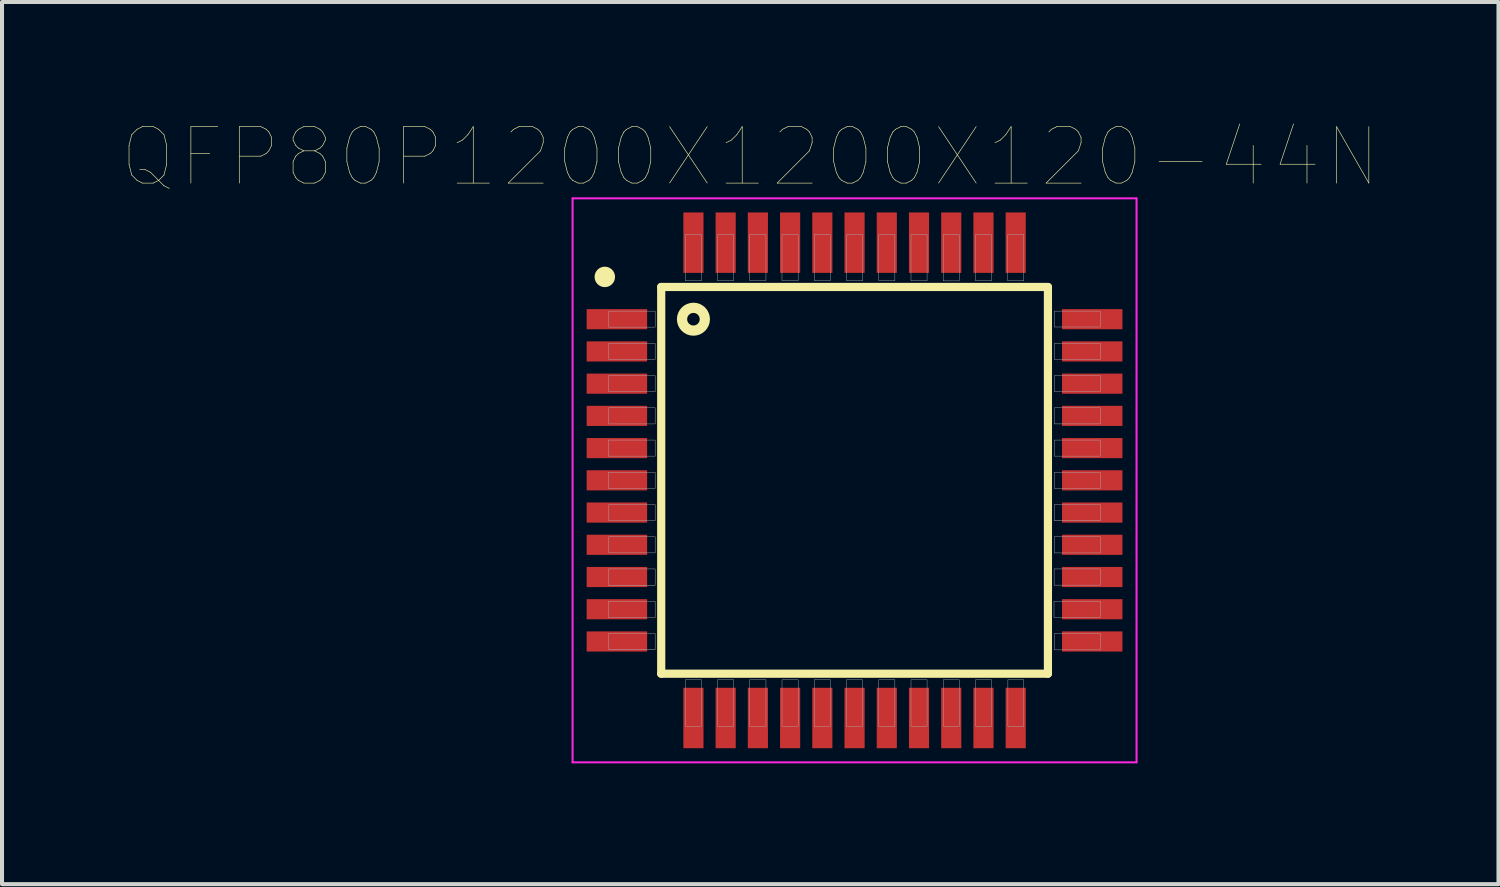
<source format=kicad_pcb>
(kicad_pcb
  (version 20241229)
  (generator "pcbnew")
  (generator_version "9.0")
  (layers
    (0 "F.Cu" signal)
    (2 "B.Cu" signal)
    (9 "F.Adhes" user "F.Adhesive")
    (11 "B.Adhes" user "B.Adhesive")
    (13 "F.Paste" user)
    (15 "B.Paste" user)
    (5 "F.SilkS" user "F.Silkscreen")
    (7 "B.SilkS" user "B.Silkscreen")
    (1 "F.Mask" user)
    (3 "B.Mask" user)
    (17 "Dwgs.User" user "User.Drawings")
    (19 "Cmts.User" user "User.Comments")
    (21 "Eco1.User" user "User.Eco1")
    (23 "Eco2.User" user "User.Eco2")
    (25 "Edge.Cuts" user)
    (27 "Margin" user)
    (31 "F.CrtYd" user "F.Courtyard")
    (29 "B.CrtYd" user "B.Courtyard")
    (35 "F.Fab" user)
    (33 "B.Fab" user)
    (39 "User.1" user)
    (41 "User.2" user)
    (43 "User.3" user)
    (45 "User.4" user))
  (footprint "QFP80P1200X1200X120-44N"
    (layer "F.Cu")
    (at 18.164 8.874)
    (property "Reference" "QFP80P1200X1200X120-44N" (at -2.589 -8.027 0) (layer "F.SilkS") (effects (font (size 1.402 1.402) (thickness 0.015))))
    (attr through_hole)
    (fp_line (start -4.8 -4.8) (end 4.8 -4.8) (stroke (width 0.203) (type solid)) (layer "F.SilkS"))
    (fp_line (start -4.8 4.8) (end -4.8 -4.8) (stroke (width 0.203) (type solid)) (layer "F.SilkS"))
    (fp_line (start 4.8 -4.8) (end 4.8 4.8) (stroke (width 0.203) (type solid)) (layer "F.SilkS"))
    (fp_line (start 4.8 4.8) (end -4.8 4.8) (stroke (width 0.203) (type solid)) (layer "F.SilkS"))
    (fp_circle (center -6.2 -5.05) (end -5.946 -5.05) (stroke (width 0) (type solid)) (fill yes) (layer "F.SilkS"))
    (fp_circle (center -4 -4) (end -3.717 -4) (stroke (width 0.254) (type solid)) (fill no) (layer "F.SilkS"))
    (fp_line (start -7 -7) (end 7 -7) (stroke (width 0.05) (type solid)) (layer "F.CrtYd"))
    (fp_line (start -7 7) (end -7 -7) (stroke (width 0.05) (type solid)) (layer "F.CrtYd"))
    (fp_line (start 7 -7) (end 7 7) (stroke (width 0.05) (type solid)) (layer "F.CrtYd"))
    (fp_line (start 7 7) (end -7 7) (stroke (width 0.05) (type solid)) (layer "F.CrtYd"))
    (fp_poly (pts (xy -6.112 3) (xy -4.95 3) (xy -4.95 3.407) (xy -6.112 3.407)) (stroke (width 0.01) (type solid)) (fill no) (layer "F.Fab"))
    (fp_poly (pts (xy -6.11 2.2) (xy -4.95 2.2) (xy -4.95 2.604) (xy -6.11 2.604)) (stroke (width 0.01) (type solid)) (fill no) (layer "F.Fab"))
    (fp_poly (pts (xy -6.109 -1) (xy -4.95 -1) (xy -4.95 -0.601) (xy -6.109 -0.601)) (stroke (width 0.01) (type solid)) (fill no) (layer "F.Fab"))
    (fp_poly (pts (xy -6.109 -0.2) (xy -4.95 -0.2) (xy -4.95 0.2) (xy -6.109 0.2)) (stroke (width 0.01) (type solid)) (fill no) (layer "F.Fab"))
    (fp_poly (pts (xy -6.105 -4.2) (xy -4.95 -4.2) (xy -4.95 -3.803) (xy -6.105 -3.803)) (stroke (width 0.01) (type solid)) (fill no) (layer "F.Fab"))
    (fp_poly (pts (xy -6.104 -2.6) (xy -4.95 -2.6) (xy -4.95 -2.201) (xy -6.104 -2.201)) (stroke (width 0.01) (type solid)) (fill no) (layer "F.Fab"))
    (fp_poly (pts (xy -6.102 1.4) (xy -4.95 1.4) (xy -4.95 1.801) (xy -6.102 1.801)) (stroke (width 0.01) (type solid)) (fill no) (layer "F.Fab"))
    (fp_poly (pts (xy -6.102 -1.8) (xy -4.95 -1.8) (xy -4.95 -1.4) (xy -6.102 -1.4)) (stroke (width 0.01) (type solid)) (fill no) (layer "F.Fab"))
    (fp_poly (pts (xy -6.102 3.8) (xy -4.95 3.8) (xy -4.95 4.201) (xy -6.102 4.201)) (stroke (width 0.01) (type solid)) (fill no) (layer "F.Fab"))
    (fp_poly (pts (xy -6.102 -3.4) (xy -4.95 -3.4) (xy -4.95 -3.001) (xy -6.102 -3.001)) (stroke (width 0.01) (type solid)) (fill no) (layer "F.Fab"))
    (fp_poly (pts (xy -6.1 0.6) (xy -4.95 0.6) (xy -4.95 1) (xy -6.1 1)) (stroke (width 0.01) (type solid)) (fill no) (layer "F.Fab"))
    (fp_poly (pts (xy -4.204 -6.1) (xy -3.8 -6.1) (xy -3.8 -4.955) (xy -4.204 -4.955)) (stroke (width 0.01) (type solid)) (fill no) (layer "F.Fab"))
    (fp_poly (pts (xy -4.202 4.95) (xy -3.8 4.95) (xy -3.8 6.103) (xy -4.202 6.103)) (stroke (width 0.01) (type solid)) (fill no) (layer "F.Fab"))
    (fp_poly (pts (xy -3.404 -6.1) (xy -3 -6.1) (xy -3 -4.956) (xy -3.404 -4.956)) (stroke (width 0.01) (type solid)) (fill no) (layer "F.Fab"))
    (fp_poly (pts (xy -3.404 4.95) (xy -3 4.95) (xy -3 6.107) (xy -3.404 6.107)) (stroke (width 0.01) (type solid)) (fill no) (layer "F.Fab"))
    (fp_poly (pts (xy -2.605 4.95) (xy -2.2 4.95) (xy -2.2 6.112) (xy -2.605 6.112)) (stroke (width 0.01) (type solid)) (fill no) (layer "F.Fab"))
    (fp_poly (pts (xy -2.604 -6.1) (xy -2.2 -6.1) (xy -2.2 -4.958) (xy -2.604 -4.958)) (stroke (width 0.01) (type solid)) (fill no) (layer "F.Fab"))
    (fp_poly (pts (xy -1.802 -6.1) (xy -1.4 -6.1) (xy -1.4 -4.956) (xy -1.802 -4.956)) (stroke (width 0.01) (type solid)) (fill no) (layer "F.Fab"))
    (fp_poly (pts (xy -1.801 4.95) (xy -1.4 4.95) (xy -1.4 6.103) (xy -1.801 6.103)) (stroke (width 0.01) (type solid)) (fill no) (layer "F.Fab"))
    (fp_poly (pts (xy -1.002 -6.1) (xy -0.6 -6.1) (xy -0.6 -4.959) (xy -1.002 -4.959)) (stroke (width 0.01) (type solid)) (fill no) (layer "F.Fab"))
    (fp_poly (pts (xy -1.002 4.95) (xy -0.6 4.95) (xy -0.6 6.11) (xy -1.002 6.11)) (stroke (width 0.01) (type solid)) (fill no) (layer "F.Fab"))
    (fp_poly (pts (xy -0.2 4.95) (xy 0.2 4.95) (xy 0.2 6.106) (xy -0.2 6.106)) (stroke (width 0.01) (type solid)) (fill no) (layer "F.Fab"))
    (fp_poly (pts (xy -0.2 -6.1) (xy 0.2 -6.1) (xy 0.2 -4.954) (xy -0.2 -4.954)) (stroke (width 0.01) (type solid)) (fill no) (layer "F.Fab"))
    (fp_poly (pts (xy 0.601 4.95) (xy 1 4.95) (xy 1 6.109) (xy 0.601 6.109)) (stroke (width 0.01) (type solid)) (fill no) (layer "F.Fab"))
    (fp_poly (pts (xy 0.601 -6.1) (xy 1 -6.1) (xy 1 -4.957) (xy 0.601 -4.957)) (stroke (width 0.01) (type solid)) (fill no) (layer "F.Fab"))
    (fp_poly (pts (xy 1.401 4.95) (xy 1.8 4.95) (xy 1.8 6.104) (xy 1.401 6.104)) (stroke (width 0.01) (type solid)) (fill no) (layer "F.Fab"))
    (fp_poly (pts (xy 1.401 -6.1) (xy 1.8 -6.1) (xy 1.8 -4.954) (xy 1.401 -4.954)) (stroke (width 0.01) (type solid)) (fill no) (layer "F.Fab"))
    (fp_poly (pts (xy 2.2 -6.1) (xy 2.6 -6.1) (xy 2.6 -4.951) (xy 2.2 -4.951)) (stroke (width 0.01) (type solid)) (fill no) (layer "F.Fab"))
    (fp_poly (pts (xy 2.201 4.95) (xy 2.6 4.95) (xy 2.6 6.104) (xy 2.201 6.104)) (stroke (width 0.01) (type solid)) (fill no) (layer "F.Fab"))
    (fp_poly (pts (xy 3.002 -6.1) (xy 3.4 -6.1) (xy 3.4 -4.953) (xy 3.002 -4.953)) (stroke (width 0.01) (type solid)) (fill no) (layer "F.Fab"))
    (fp_poly (pts (xy 3.003 4.95) (xy 3.4 4.95) (xy 3.4 6.106) (xy 3.003 6.106)) (stroke (width 0.01) (type solid)) (fill no) (layer "F.Fab"))
    (fp_poly (pts (xy 3.802 -6.1) (xy 4.2 -6.1) (xy 4.2 -4.953) (xy 3.802 -4.953)) (stroke (width 0.01) (type solid)) (fill no) (layer "F.Fab"))
    (fp_poly (pts (xy 3.806 4.95) (xy 4.2 4.95) (xy 4.2 6.109) (xy 3.806 6.109)) (stroke (width 0.01) (type solid)) (fill no) (layer "F.Fab"))
    (fp_poly (pts (xy 4.951 3) (xy 6.1 3) (xy 6.1 3.401) (xy 4.951 3.401)) (stroke (width 0.01) (type solid)) (fill no) (layer "F.Fab"))
    (fp_poly (pts (xy 4.954 2.2) (xy 6.1 2.2) (xy 6.1 2.602) (xy 4.954 2.602)) (stroke (width 0.01) (type solid)) (fill no) (layer "F.Fab"))
    (fp_poly (pts (xy 4.955 -1.8) (xy 6.1 -1.8) (xy 6.1 -1.401) (xy 4.955 -1.401)) (stroke (width 0.01) (type solid)) (fill no) (layer "F.Fab"))
    (fp_poly (pts (xy 4.956 1.4) (xy 6.1 1.4) (xy 6.1 1.802) (xy 4.956 1.802)) (stroke (width 0.01) (type solid)) (fill no) (layer "F.Fab"))
    (fp_poly (pts (xy 4.956 -3.4) (xy 6.1 -3.4) (xy 6.1 -3.004) (xy 4.956 -3.004)) (stroke (width 0.01) (type solid)) (fill no) (layer "F.Fab"))
    (fp_poly (pts (xy 4.957 -0.2) (xy 6.1 -0.2) (xy 6.1 0.2) (xy 4.957 0.2)) (stroke (width 0.01) (type solid)) (fill no) (layer "F.Fab"))
    (fp_poly (pts (xy 4.958 -2.6) (xy 6.1 -2.6) (xy 6.1 -2.203) (xy 4.958 -2.203)) (stroke (width 0.01) (type solid)) (fill no) (layer "F.Fab"))
    (fp_poly (pts (xy 4.958 0.6) (xy 6.1 0.6) (xy 6.1 1.002) (xy 4.958 1.002)) (stroke (width 0.01) (type solid)) (fill no) (layer "F.Fab"))
    (fp_poly (pts (xy 4.959 -4.2) (xy 6.1 -4.2) (xy 6.1 -3.807) (xy 4.959 -3.807)) (stroke (width 0.01) (type solid)) (fill no) (layer "F.Fab"))
    (fp_poly (pts (xy 4.959 3.8) (xy 6.1 3.8) (xy 6.1 4.208) (xy 4.959 4.208)) (stroke (width 0.01) (type solid)) (fill no) (layer "F.Fab"))
    (fp_poly (pts (xy 4.96 -1) (xy 6.1 -1) (xy 6.1 -0.601) (xy 4.96 -0.601)) (stroke (width 0.01) (type solid)) (fill no) (layer "F.Fab"))
    (pad "1" smd rect (at -5.9 -4) (size 1.5 0.5) (layers "F.Cu" "F.Mask" "F.Paste"))
    (pad "2" smd rect (at -5.9 -3.2) (size 1.5 0.5) (layers "F.Cu" "F.Mask" "F.Paste"))
    (pad "3" smd rect (at -5.9 -2.4) (size 1.5 0.5) (layers "F.Cu" "F.Mask" "F.Paste"))
    (pad "4" smd rect (at -5.9 -1.6) (size 1.5 0.5) (layers "F.Cu" "F.Mask" "F.Paste"))
    (pad "5" smd rect (at -5.9 -0.8) (size 1.5 0.5) (layers "F.Cu" "F.Mask" "F.Paste"))
    (pad "6" smd rect (at -5.9 0) (size 1.5 0.5) (layers "F.Cu" "F.Mask" "F.Paste"))
    (pad "7" smd rect (at -5.9 0.8) (size 1.5 0.5) (layers "F.Cu" "F.Mask" "F.Paste"))
    (pad "8" smd rect (at -5.9 1.6) (size 1.5 0.5) (layers "F.Cu" "F.Mask" "F.Paste"))
    (pad "9" smd rect (at -5.9 2.4) (size 1.5 0.5) (layers "F.Cu" "F.Mask" "F.Paste"))
    (pad "10" smd rect (at -5.9 3.2) (size 1.5 0.5) (layers "F.Cu" "F.Mask" "F.Paste"))
    (pad "11" smd rect (at -5.9 4) (size 1.5 0.5) (layers "F.Cu" "F.Mask" "F.Paste"))
    (pad "12" smd rect (at -4 5.9) (size 0.5 1.5) (layers "F.Cu" "F.Mask" "F.Paste"))
    (pad "13" smd rect (at -3.2 5.9) (size 0.5 1.5) (layers "F.Cu" "F.Mask" "F.Paste"))
    (pad "14" smd rect (at -2.4 5.9) (size 0.5 1.5) (layers "F.Cu" "F.Mask" "F.Paste"))
    (pad "15" smd rect (at -1.6 5.9) (size 0.5 1.5) (layers "F.Cu" "F.Mask" "F.Paste"))
    (pad "16" smd rect (at -0.8 5.9) (size 0.5 1.5) (layers "F.Cu" "F.Mask" "F.Paste"))
    (pad "17" smd rect (at 0 5.9) (size 0.5 1.5) (layers "F.Cu" "F.Mask" "F.Paste"))
    (pad "18" smd rect (at 0.8 5.9) (size 0.5 1.5) (layers "F.Cu" "F.Mask" "F.Paste"))
    (pad "19" smd rect (at 1.6 5.9) (size 0.5 1.5) (layers "F.Cu" "F.Mask" "F.Paste"))
    (pad "20" smd rect (at 2.4 5.9) (size 0.5 1.5) (layers "F.Cu" "F.Mask" "F.Paste"))
    (pad "21" smd rect (at 3.2 5.9) (size 0.5 1.5) (layers "F.Cu" "F.Mask" "F.Paste"))
    (pad "22" smd rect (at 4 5.9) (size 0.5 1.5) (layers "F.Cu" "F.Mask" "F.Paste"))
    (pad "23" smd rect (at 5.9 4) (size 1.5 0.5) (layers "F.Cu" "F.Mask" "F.Paste"))
    (pad "24" smd rect (at 5.9 3.2) (size 1.5 0.5) (layers "F.Cu" "F.Mask" "F.Paste"))
    (pad "25" smd rect (at 5.9 2.4) (size 1.5 0.5) (layers "F.Cu" "F.Mask" "F.Paste"))
    (pad "26" smd rect (at 5.9 1.6) (size 1.5 0.5) (layers "F.Cu" "F.Mask" "F.Paste"))
    (pad "27" smd rect (at 5.9 0.8) (size 1.5 0.5) (layers "F.Cu" "F.Mask" "F.Paste"))
    (pad "28" smd rect (at 5.9 0) (size 1.5 0.5) (layers "F.Cu" "F.Mask" "F.Paste"))
    (pad "29" smd rect (at 5.9 -0.8) (size 1.5 0.5) (layers "F.Cu" "F.Mask" "F.Paste"))
    (pad "30" smd rect (at 5.9 -1.6) (size 1.5 0.5) (layers "F.Cu" "F.Mask" "F.Paste"))
    (pad "31" smd rect (at 5.9 -2.4) (size 1.5 0.5) (layers "F.Cu" "F.Mask" "F.Paste"))
    (pad "32" smd rect (at 5.9 -3.2) (size 1.5 0.5) (layers "F.Cu" "F.Mask" "F.Paste"))
    (pad "33" smd rect (at 5.9 -4) (size 1.5 0.5) (layers "F.Cu" "F.Mask" "F.Paste"))
    (pad "34" smd rect (at 4 -5.9) (size 0.5 1.5) (layers "F.Cu" "F.Mask" "F.Paste"))
    (pad "35" smd rect (at 3.2 -5.9) (size 0.5 1.5) (layers "F.Cu" "F.Mask" "F.Paste"))
    (pad "36" smd rect (at 2.4 -5.9) (size 0.5 1.5) (layers "F.Cu" "F.Mask" "F.Paste"))
    (pad "37" smd rect (at 1.6 -5.9) (size 0.5 1.5) (layers "F.Cu" "F.Mask" "F.Paste"))
    (pad "38" smd rect (at 0.8 -5.9) (size 0.5 1.5) (layers "F.Cu" "F.Mask" "F.Paste"))
    (pad "39" smd rect (at 0 -5.9) (size 0.5 1.5) (layers "F.Cu" "F.Mask" "F.Paste"))
    (pad "40" smd rect (at -0.8 -5.9) (size 0.5 1.5) (layers "F.Cu" "F.Mask" "F.Paste"))
    (pad "41" smd rect (at -1.6 -5.9) (size 0.5 1.5) (layers "F.Cu" "F.Mask" "F.Paste"))
    (pad "42" smd rect (at -2.4 -5.9) (size 0.5 1.5) (layers "F.Cu" "F.Mask" "F.Paste"))
    (pad "43" smd rect (at -3.2 -5.9) (size 0.5 1.5) (layers "F.Cu" "F.Mask" "F.Paste"))
    (pad "44" smd rect (at -4 -5.9) (size 0.5 1.5) (layers "F.Cu" "F.Mask" "F.Paste")))
  (gr_rect
    (start -3 -3)
    (end 34.149 18.899)
    (stroke (width 0.1) (type default))
    (fill no)
    (layer "Edge.Cuts")))
</source>
